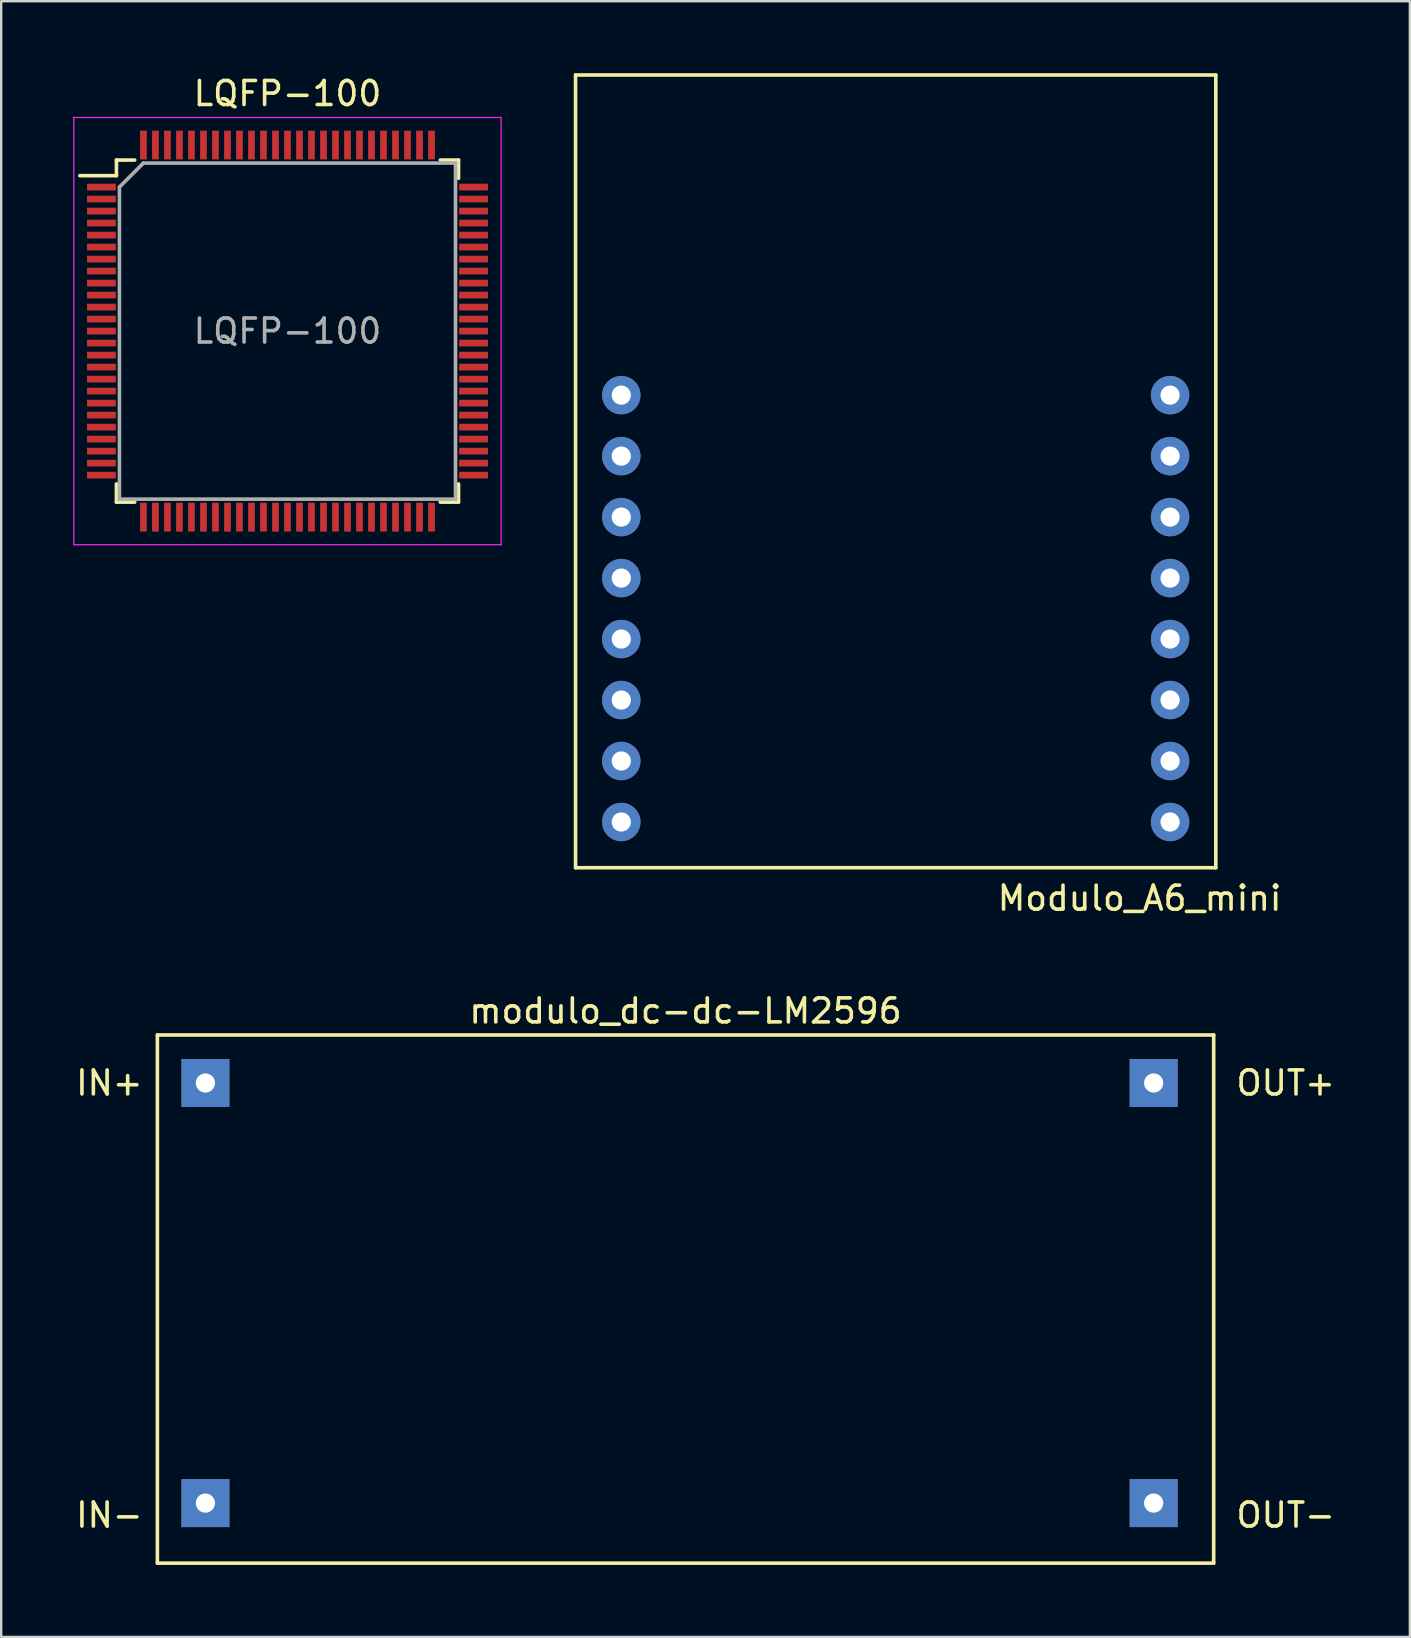
<source format=kicad_pcb>
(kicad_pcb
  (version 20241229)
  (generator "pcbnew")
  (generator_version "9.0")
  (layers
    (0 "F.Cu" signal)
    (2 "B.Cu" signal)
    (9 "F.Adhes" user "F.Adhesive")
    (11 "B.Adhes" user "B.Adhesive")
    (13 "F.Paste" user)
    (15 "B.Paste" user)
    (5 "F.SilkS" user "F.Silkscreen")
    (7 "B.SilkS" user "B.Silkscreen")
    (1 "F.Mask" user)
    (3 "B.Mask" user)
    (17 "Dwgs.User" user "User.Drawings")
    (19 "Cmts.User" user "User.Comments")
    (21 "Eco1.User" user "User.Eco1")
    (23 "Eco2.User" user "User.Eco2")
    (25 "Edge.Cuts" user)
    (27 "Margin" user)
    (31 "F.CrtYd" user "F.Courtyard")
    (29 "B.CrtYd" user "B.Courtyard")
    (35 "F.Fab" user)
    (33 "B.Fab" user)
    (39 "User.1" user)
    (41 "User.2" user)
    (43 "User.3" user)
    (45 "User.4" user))
  (footprint "modulo_dc-dc-LM2596"
    (layer "F.Cu")
    (at 5.506 42.062)
    (property "Reference" "modulo_dc-dc-LM2596" (at 20 -3 0) (layer "F.SilkS") (effects (font (size 1 1) (thickness 0.15))))
    (attr through_hole)
    (fp_line (start -2 -2) (end 42 -2) (stroke (width 0.15) (type solid)) (layer "F.SilkS"))
    (fp_line (start -2 20) (end -2 -2) (stroke (width 0.15) (type solid)) (layer "F.SilkS"))
    (fp_line (start 42 -2) (end 42 20) (stroke (width 0.15) (type solid)) (layer "F.SilkS"))
    (fp_line (start 42 20) (end -2 20) (stroke (width 0.15) (type solid)) (layer "F.SilkS"))
    (fp_text user "IN-" (at -4 18 0) (layer "F.SilkS") (effects (font (size 1 1) (thickness 0.15))))
    (fp_text user "IN+" (at -4 0 0) (layer "F.SilkS") (effects (font (size 1 1) (thickness 0.15))))
    (fp_text user "OUT-" (at 45 18 0) (layer "F.SilkS") (effects (font (size 1 1) (thickness 0.15))))
    (fp_text user "OUT+" (at 45 0 0) (layer "F.SilkS") (effects (font (size 1 1) (thickness 0.15))))
    (pad "1" thru_hole rect (at 0 0) (size 2 2) (drill 0.8) (layers "*.Cu" "*.Mask"))
    (pad "2" thru_hole rect (at 0 17.5) (size 2 2) (drill 0.8) (layers "*.Cu" "*.Mask"))
    (pad "3" thru_hole rect (at 39.5 0) (size 2 2) (drill 0.8) (layers "*.Cu" "*.Mask"))
    (pad "4" thru_hole rect (at 39.5 17.5) (size 2 2) (drill 0.8) (layers "*.Cu" "*.Mask")))
  (footprint "LQFP-100"
    (layer "F.Cu")
    (at 8.925 10.742)
    (property "Reference" "LQFP-100" (at 0 -9.894 0) (layer "F.SilkS") (effects (font (size 1 1) (thickness 0.15))))
    (attr smd)
    (fp_line (start -7.125 -7.125) (end -7.125 -6.475) (stroke (width 0.15) (type solid)) (layer "F.SilkS"))
    (fp_line (start -7.125 -7.125) (end -6.365 -7.125) (stroke (width 0.15) (type solid)) (layer "F.SilkS"))
    (fp_line (start -7.125 -6.475) (end -8.65 -6.475) (stroke (width 0.15) (type solid)) (layer "F.SilkS"))
    (fp_line (start -7.125 7.125) (end -7.125 6.365) (stroke (width 0.15) (type solid)) (layer "F.SilkS"))
    (fp_line (start -7.125 7.125) (end -6.365 7.125) (stroke (width 0.15) (type solid)) (layer "F.SilkS"))
    (fp_line (start 7.125 -7.125) (end 6.365 -7.125) (stroke (width 0.15) (type solid)) (layer "F.SilkS"))
    (fp_line (start 7.125 -7.125) (end 7.125 -6.365) (stroke (width 0.15) (type solid)) (layer "F.SilkS"))
    (fp_line (start 7.125 7.125) (end 6.365 7.125) (stroke (width 0.15) (type solid)) (layer "F.SilkS"))
    (fp_line (start 7.125 7.125) (end 7.125 6.365) (stroke (width 0.15) (type solid)) (layer "F.SilkS"))
    (fp_line (start -8.9 -8.9) (end -8.9 8.9) (stroke (width 0.05) (type solid)) (layer "F.CrtYd"))
    (fp_line (start -8.9 -8.9) (end 8.9 -8.9) (stroke (width 0.05) (type solid)) (layer "F.CrtYd"))
    (fp_line (start -8.9 8.9) (end 8.9 8.9) (stroke (width 0.05) (type solid)) (layer "F.CrtYd"))
    (fp_line (start 8.9 -8.9) (end 8.9 8.9) (stroke (width 0.05) (type solid)) (layer "F.CrtYd"))
    (fp_line (start -7 -6) (end -6 -7) (stroke (width 0.15) (type solid)) (layer "F.Fab"))
    (fp_line (start -7 7) (end -7 -6) (stroke (width 0.15) (type solid)) (layer "F.Fab"))
    (fp_line (start -6 -7) (end 7 -7) (stroke (width 0.15) (type solid)) (layer "F.Fab"))
    (fp_line (start 7 -7) (end 7 7) (stroke (width 0.15) (type solid)) (layer "F.Fab"))
    (fp_line (start 7 7) (end -7 7) (stroke (width 0.15) (type solid)) (layer "F.Fab"))
    (fp_text user "${REFERENCE}" (at 0 0 0) (layer "F.Fab") (effects (font (size 1 1) (thickness 0.15))))
    (pad "1" smd rect (at -7.75 -6) (size 1.2 0.28) (layers "F.Cu" "F.Mask" "F.Paste"))
    (pad "2" smd rect (at -7.75 -5.5) (size 1.2 0.28) (layers "F.Cu" "F.Mask" "F.Paste"))
    (pad "3" smd rect (at -7.75 -5) (size 1.2 0.28) (layers "F.Cu" "F.Mask" "F.Paste"))
    (pad "4" smd rect (at -7.75 -4.5) (size 1.2 0.28) (layers "F.Cu" "F.Mask" "F.Paste"))
    (pad "5" smd rect (at -7.75 -4) (size 1.2 0.28) (layers "F.Cu" "F.Mask" "F.Paste"))
    (pad "6" smd rect (at -7.75 -3.5) (size 1.2 0.28) (layers "F.Cu" "F.Mask" "F.Paste"))
    (pad "7" smd rect (at -7.75 -3) (size 1.2 0.28) (layers "F.Cu" "F.Mask" "F.Paste"))
    (pad "8" smd rect (at -7.75 -2.5) (size 1.2 0.28) (layers "F.Cu" "F.Mask" "F.Paste"))
    (pad "9" smd rect (at -7.75 -2) (size 1.2 0.28) (layers "F.Cu" "F.Mask" "F.Paste"))
    (pad "10" smd rect (at -7.75 -1.5) (size 1.2 0.28) (layers "F.Cu" "F.Mask" "F.Paste"))
    (pad "11" smd rect (at -7.75 -1) (size 1.2 0.28) (layers "F.Cu" "F.Mask" "F.Paste"))
    (pad "12" smd rect (at -7.75 -0.5) (size 1.2 0.28) (layers "F.Cu" "F.Mask" "F.Paste"))
    (pad "13" smd rect (at -7.75 0) (size 1.2 0.28) (layers "F.Cu" "F.Mask" "F.Paste"))
    (pad "14" smd rect (at -7.75 0.5) (size 1.2 0.28) (layers "F.Cu" "F.Mask" "F.Paste"))
    (pad "15" smd rect (at -7.75 1) (size 1.2 0.28) (layers "F.Cu" "F.Mask" "F.Paste"))
    (pad "16" smd rect (at -7.75 1.5) (size 1.2 0.28) (layers "F.Cu" "F.Mask" "F.Paste"))
    (pad "17" smd rect (at -7.75 2) (size 1.2 0.28) (layers "F.Cu" "F.Mask" "F.Paste"))
    (pad "18" smd rect (at -7.75 2.5) (size 1.2 0.28) (layers "F.Cu" "F.Mask" "F.Paste"))
    (pad "19" smd rect (at -7.75 3) (size 1.2 0.28) (layers "F.Cu" "F.Mask" "F.Paste"))
    (pad "20" smd rect (at -7.75 3.5) (size 1.2 0.28) (layers "F.Cu" "F.Mask" "F.Paste"))
    (pad "21" smd rect (at -7.75 4) (size 1.2 0.28) (layers "F.Cu" "F.Mask" "F.Paste"))
    (pad "22" smd rect (at -7.75 4.5) (size 1.2 0.28) (layers "F.Cu" "F.Mask" "F.Paste"))
    (pad "23" smd rect (at -7.75 5) (size 1.2 0.28) (layers "F.Cu" "F.Mask" "F.Paste"))
    (pad "24" smd rect (at -7.75 5.5) (size 1.2 0.28) (layers "F.Cu" "F.Mask" "F.Paste"))
    (pad "25" smd rect (at -7.75 6) (size 1.2 0.28) (layers "F.Cu" "F.Mask" "F.Paste"))
    (pad "26" smd rect (at -6 7.75 90) (size 1.2 0.28) (layers "F.Cu" "F.Mask" "F.Paste"))
    (pad "27" smd rect (at -5.5 7.75 90) (size 1.2 0.28) (layers "F.Cu" "F.Mask" "F.Paste"))
    (pad "28" smd rect (at -5 7.75 90) (size 1.2 0.28) (layers "F.Cu" "F.Mask" "F.Paste"))
    (pad "29" smd rect (at -4.5 7.75 90) (size 1.2 0.28) (layers "F.Cu" "F.Mask" "F.Paste"))
    (pad "30" smd rect (at -4 7.75 90) (size 1.2 0.28) (layers "F.Cu" "F.Mask" "F.Paste"))
    (pad "31" smd rect (at -3.5 7.75 90) (size 1.2 0.28) (layers "F.Cu" "F.Mask" "F.Paste"))
    (pad "32" smd rect (at -3 7.75 90) (size 1.2 0.28) (layers "F.Cu" "F.Mask" "F.Paste"))
    (pad "33" smd rect (at -2.5 7.75 90) (size 1.2 0.28) (layers "F.Cu" "F.Mask" "F.Paste"))
    (pad "34" smd rect (at -2 7.75 90) (size 1.2 0.28) (layers "F.Cu" "F.Mask" "F.Paste"))
    (pad "35" smd rect (at -1.5 7.75 90) (size 1.2 0.28) (layers "F.Cu" "F.Mask" "F.Paste"))
    (pad "36" smd rect (at -1 7.75 90) (size 1.2 0.28) (layers "F.Cu" "F.Mask" "F.Paste"))
    (pad "37" smd rect (at -0.5 7.75 90) (size 1.2 0.28) (layers "F.Cu" "F.Mask" "F.Paste"))
    (pad "38" smd rect (at 0 7.75 90) (size 1.2 0.28) (layers "F.Cu" "F.Mask" "F.Paste"))
    (pad "39" smd rect (at 0.5 7.75 90) (size 1.2 0.28) (layers "F.Cu" "F.Mask" "F.Paste"))
    (pad "40" smd rect (at 1 7.75 90) (size 1.2 0.28) (layers "F.Cu" "F.Mask" "F.Paste"))
    (pad "41" smd rect (at 1.5 7.75 90) (size 1.2 0.28) (layers "F.Cu" "F.Mask" "F.Paste"))
    (pad "42" smd rect (at 2 7.75 90) (size 1.2 0.28) (layers "F.Cu" "F.Mask" "F.Paste"))
    (pad "43" smd rect (at 2.5 7.75 90) (size 1.2 0.28) (layers "F.Cu" "F.Mask" "F.Paste"))
    (pad "44" smd rect (at 3 7.75 90) (size 1.2 0.28) (layers "F.Cu" "F.Mask" "F.Paste"))
    (pad "45" smd rect (at 3.5 7.75 90) (size 1.2 0.28) (layers "F.Cu" "F.Mask" "F.Paste"))
    (pad "46" smd rect (at 4 7.75 90) (size 1.2 0.28) (layers "F.Cu" "F.Mask" "F.Paste"))
    (pad "47" smd rect (at 4.5 7.75 90) (size 1.2 0.28) (layers "F.Cu" "F.Mask" "F.Paste"))
    (pad "48" smd rect (at 5 7.75 90) (size 1.2 0.28) (layers "F.Cu" "F.Mask" "F.Paste"))
    (pad "49" smd rect (at 5.5 7.75 90) (size 1.2 0.28) (layers "F.Cu" "F.Mask" "F.Paste"))
    (pad "50" smd rect (at 6 7.75 90) (size 1.2 0.28) (layers "F.Cu" "F.Mask" "F.Paste"))
    (pad "51" smd rect (at 7.75 6) (size 1.2 0.28) (layers "F.Cu" "F.Mask" "F.Paste"))
    (pad "52" smd rect (at 7.75 5.5) (size 1.2 0.28) (layers "F.Cu" "F.Mask" "F.Paste"))
    (pad "53" smd rect (at 7.75 5) (size 1.2 0.28) (layers "F.Cu" "F.Mask" "F.Paste"))
    (pad "54" smd rect (at 7.75 4.5) (size 1.2 0.28) (layers "F.Cu" "F.Mask" "F.Paste"))
    (pad "55" smd rect (at 7.75 4) (size 1.2 0.28) (layers "F.Cu" "F.Mask" "F.Paste"))
    (pad "56" smd rect (at 7.75 3.5) (size 1.2 0.28) (layers "F.Cu" "F.Mask" "F.Paste"))
    (pad "57" smd rect (at 7.75 3) (size 1.2 0.28) (layers "F.Cu" "F.Mask" "F.Paste"))
    (pad "58" smd rect (at 7.75 2.5) (size 1.2 0.28) (layers "F.Cu" "F.Mask" "F.Paste"))
    (pad "59" smd rect (at 7.75 2) (size 1.2 0.28) (layers "F.Cu" "F.Mask" "F.Paste"))
    (pad "60" smd rect (at 7.75 1.5) (size 1.2 0.28) (layers "F.Cu" "F.Mask" "F.Paste"))
    (pad "61" smd rect (at 7.75 1) (size 1.2 0.28) (layers "F.Cu" "F.Mask" "F.Paste"))
    (pad "62" smd rect (at 7.75 0.5) (size 1.2 0.28) (layers "F.Cu" "F.Mask" "F.Paste"))
    (pad "63" smd rect (at 7.75 0) (size 1.2 0.28) (layers "F.Cu" "F.Mask" "F.Paste"))
    (pad "64" smd rect (at 7.75 -0.5) (size 1.2 0.28) (layers "F.Cu" "F.Mask" "F.Paste"))
    (pad "65" smd rect (at 7.75 -1) (size 1.2 0.28) (layers "F.Cu" "F.Mask" "F.Paste"))
    (pad "66" smd rect (at 7.75 -1.5) (size 1.2 0.28) (layers "F.Cu" "F.Mask" "F.Paste"))
    (pad "67" smd rect (at 7.75 -2) (size 1.2 0.28) (layers "F.Cu" "F.Mask" "F.Paste"))
    (pad "68" smd rect (at 7.75 -2.5) (size 1.2 0.28) (layers "F.Cu" "F.Mask" "F.Paste"))
    (pad "69" smd rect (at 7.75 -3) (size 1.2 0.28) (layers "F.Cu" "F.Mask" "F.Paste"))
    (pad "70" smd rect (at 7.75 -3.5) (size 1.2 0.28) (layers "F.Cu" "F.Mask" "F.Paste"))
    (pad "71" smd rect (at 7.75 -4) (size 1.2 0.28) (layers "F.Cu" "F.Mask" "F.Paste"))
    (pad "72" smd rect (at 7.75 -4.5) (size 1.2 0.28) (layers "F.Cu" "F.Mask" "F.Paste"))
    (pad "73" smd rect (at 7.75 -5) (size 1.2 0.28) (layers "F.Cu" "F.Mask" "F.Paste"))
    (pad "74" smd rect (at 7.75 -5.5) (size 1.2 0.28) (layers "F.Cu" "F.Mask" "F.Paste"))
    (pad "75" smd rect (at 7.75 -6) (size 1.2 0.28) (layers "F.Cu" "F.Mask" "F.Paste"))
    (pad "76" smd rect (at 6 -7.75 90) (size 1.2 0.28) (layers "F.Cu" "F.Mask" "F.Paste"))
    (pad "77" smd rect (at 5.5 -7.75 90) (size 1.2 0.28) (layers "F.Cu" "F.Mask" "F.Paste"))
    (pad "78" smd rect (at 5 -7.75 90) (size 1.2 0.28) (layers "F.Cu" "F.Mask" "F.Paste"))
    (pad "79" smd rect (at 4.5 -7.75 90) (size 1.2 0.28) (layers "F.Cu" "F.Mask" "F.Paste"))
    (pad "80" smd rect (at 4 -7.75 90) (size 1.2 0.28) (layers "F.Cu" "F.Mask" "F.Paste"))
    (pad "81" smd rect (at 3.5 -7.75 90) (size 1.2 0.28) (layers "F.Cu" "F.Mask" "F.Paste"))
    (pad "82" smd rect (at 3 -7.75 90) (size 1.2 0.28) (layers "F.Cu" "F.Mask" "F.Paste"))
    (pad "83" smd rect (at 2.5 -7.75 90) (size 1.2 0.28) (layers "F.Cu" "F.Mask" "F.Paste"))
    (pad "84" smd rect (at 2 -7.75 90) (size 1.2 0.28) (layers "F.Cu" "F.Mask" "F.Paste"))
    (pad "85" smd rect (at 1.5 -7.75 90) (size 1.2 0.28) (layers "F.Cu" "F.Mask" "F.Paste"))
    (pad "86" smd rect (at 1 -7.75 90) (size 1.2 0.28) (layers "F.Cu" "F.Mask" "F.Paste"))
    (pad "87" smd rect (at 0.5 -7.75 90) (size 1.2 0.28) (layers "F.Cu" "F.Mask" "F.Paste"))
    (pad "88" smd rect (at 0 -7.75 90) (size 1.2 0.28) (layers "F.Cu" "F.Mask" "F.Paste"))
    (pad "89" smd rect (at -0.5 -7.75 90) (size 1.2 0.28) (layers "F.Cu" "F.Mask" "F.Paste"))
    (pad "90" smd rect (at -1 -7.75 90) (size 1.2 0.28) (layers "F.Cu" "F.Mask" "F.Paste"))
    (pad "91" smd rect (at -1.5 -7.75 90) (size 1.2 0.28) (layers "F.Cu" "F.Mask" "F.Paste"))
    (pad "92" smd rect (at -2 -7.75 90) (size 1.2 0.28) (layers "F.Cu" "F.Mask" "F.Paste"))
    (pad "93" smd rect (at -2.5 -7.75 90) (size 1.2 0.28) (layers "F.Cu" "F.Mask" "F.Paste"))
    (pad "94" smd rect (at -3 -7.75 90) (size 1.2 0.28) (layers "F.Cu" "F.Mask" "F.Paste"))
    (pad "95" smd rect (at -3.5 -7.75 90) (size 1.2 0.28) (layers "F.Cu" "F.Mask" "F.Paste"))
    (pad "96" smd rect (at -4 -7.75 90) (size 1.2 0.28) (layers "F.Cu" "F.Mask" "F.Paste"))
    (pad "97" smd rect (at -4.5 -7.75 90) (size 1.2 0.28) (layers "F.Cu" "F.Mask" "F.Paste"))
    (pad "98" smd rect (at -5 -7.75 90) (size 1.2 0.28) (layers "F.Cu" "F.Mask" "F.Paste"))
    (pad "99" smd rect (at -5.5 -7.75 90) (size 1.2 0.28) (layers "F.Cu" "F.Mask" "F.Paste"))
    (pad "100" smd rect (at -6 -7.75 90) (size 1.2 0.28) (layers "F.Cu" "F.Mask" "F.Paste")))
  (footprint "Modulo_A6_mini"
    (layer "F.Cu")
    (at 22.83 13.41)
    (property "Reference" "Modulo_A6_mini" (at 21.59 20.955 0) (layer "F.SilkS") (effects (font (size 1 1) (thickness 0.15))))
    (attr through_hole)
    (fp_line (start -1.905 -13.335) (end -1.905 19.685) (stroke (width 0.15) (type solid)) (layer "F.SilkS"))
    (fp_line (start -1.905 19.685) (end 24.765 19.685) (stroke (width 0.15) (type solid)) (layer "F.SilkS"))
    (fp_line (start 24.765 -13.335) (end -1.905 -13.335) (stroke (width 0.15) (type solid)) (layer "F.SilkS"))
    (fp_line (start 24.765 19.685) (end 24.765 -13.335) (stroke (width 0.15) (type solid)) (layer "F.SilkS"))
    (pad "1" thru_hole circle (at 0 0) (size 1.6 1.6) (drill 0.8) (layers "*.Cu" "*.Mask"))
    (pad "2" thru_hole circle (at 0 2.54) (size 1.6 1.6) (drill 0.8) (layers "*.Cu" "*.Mask"))
    (pad "3" thru_hole circle (at 0 5.08) (size 1.6 1.6) (drill 0.8) (layers "*.Cu" "*.Mask"))
    (pad "4" thru_hole circle (at 0 7.62) (size 1.6 1.6) (drill 0.8) (layers "*.Cu" "*.Mask"))
    (pad "5" thru_hole circle (at 0 10.16) (size 1.6 1.6) (drill 0.8) (layers "*.Cu" "*.Mask"))
    (pad "6" thru_hole circle (at 0 12.7) (size 1.6 1.6) (drill 0.8) (layers "*.Cu" "*.Mask"))
    (pad "7" thru_hole circle (at 0 15.24) (size 1.6 1.6) (drill 0.8) (layers "*.Cu" "*.Mask"))
    (pad "8" thru_hole circle (at 0 17.78) (size 1.6 1.6) (drill 0.8) (layers "*.Cu" "*.Mask"))
    (pad "9" thru_hole circle (at 22.86 17.78) (size 1.6 1.6) (drill 0.8) (layers "*.Cu" "*.Mask"))
    (pad "10" thru_hole circle (at 22.86 15.24) (size 1.6 1.6) (drill 0.8) (layers "*.Cu" "*.Mask"))
    (pad "11" thru_hole circle (at 22.86 12.7) (size 1.6 1.6) (drill 0.8) (layers "*.Cu" "*.Mask"))
    (pad "12" thru_hole circle (at 22.86 10.16) (size 1.6 1.6) (drill 0.8) (layers "*.Cu" "*.Mask"))
    (pad "13" thru_hole circle (at 22.86 7.62) (size 1.6 1.6) (drill 0.8) (layers "*.Cu" "*.Mask"))
    (pad "14" thru_hole circle (at 22.86 5.08) (size 1.6 1.6) (drill 0.8) (layers "*.Cu" "*.Mask"))
    (pad "15" thru_hole circle (at 22.86 2.54) (size 1.6 1.6) (drill 0.8) (layers "*.Cu" "*.Mask"))
    (pad "16" thru_hole circle (at 22.86 0) (size 1.6 1.6) (drill 0.8) (layers "*.Cu" "*.Mask")))
  (gr_rect
    (start -3 -3)
    (end 55.679 65.136)
    (stroke (width 0.1) (type default))
    (fill no)
    (layer "Edge.Cuts")))
</source>
